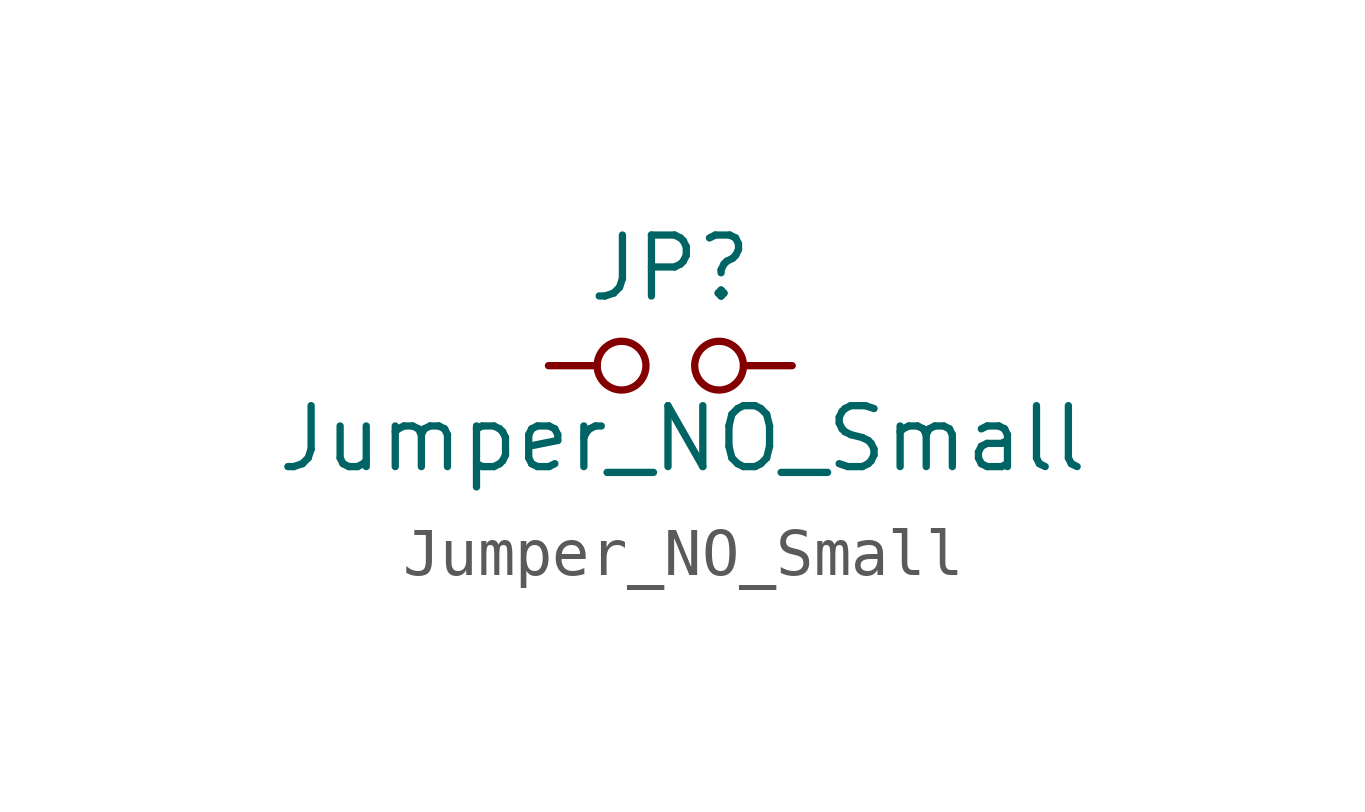
<source format=kicad_sym>
(kicad_symbol_lib
  (version 20211014)
  (generator kicad_symbol_editor)
  (symbol "Jumper_NO_Small"
    (pin_numbers hide)
    (pin_names
      (offset 0.762) hide)
    (property "Reference" "JP"
      (at 0 2.032 0)
      (effects (font (size 1.27 1.27))))
    (property "Value" "Jumper_NO_Small"
      (at 0.254 -1.524 0)
      (effects (font (size 1.27 1.27))))
    (symbol "Jumper_NO_Small_0_1"
      (circle (center -1.016 0) (radius 0.508) (stroke (width 0) (type default) (color 0 0 0 0)) (fill (type none)))
      (circle (center 1.016 0) (radius 0.508) (stroke (width 0) (type default) (color 0 0 0 0)) (fill (type none)))
      (pin passive line (at -2.54 0 0) (length 1.016) (name "1" (effects (font (size 1.27 1.27)))) (number "1" (effects (font (size 1.27 1.27)))))
      (pin passive line (at 2.54 0 180) (length 1.016) (name "2" (effects (font (size 1.27 1.27)))) (number "2" (effects (font (size 1.27 1.27))))))))
</source>
